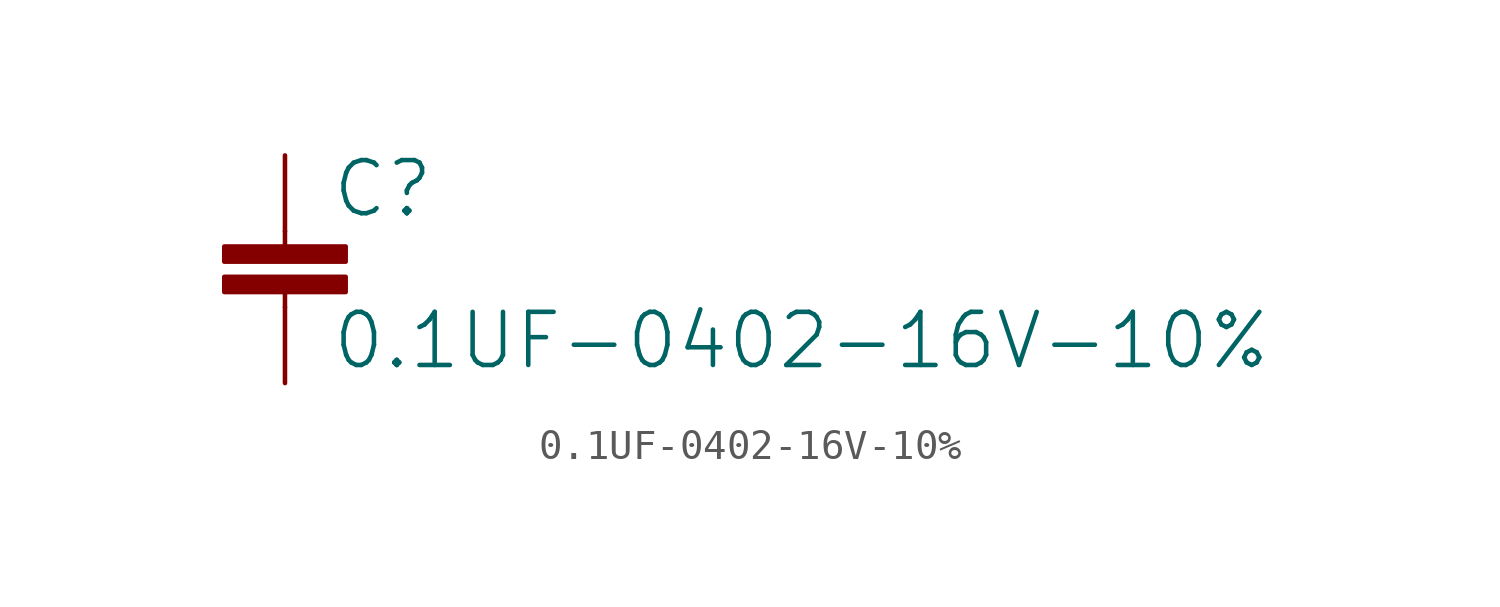
<source format=kicad_sym>
(kicad_symbol_lib
  (version 20211014)
  (generator kicad_symbol_editor)
  (symbol "0.1UF-0402-16V-10%"
    (property "Reference" "C"
      (at 1.524 2.921 0)
      (effects (font (size 1.778 1.778)) (justify left bottom)))
    (property "Value" "0.1UF-0402-16V-10%"
      (at 1.524 -2.159 0)
      (effects (font (size 1.778 1.778)) (justify left bottom)))
    (property "ki_locked" ""
      (at 0 0 0)
      (effects (font (size 1.27 1.27))))
    (symbol "0.1UF-0402-16V-10%_1_0"
      (rectangle (start -2.032 0.508) (end 2.032 1.016) (stroke (width 0) (type default) (color 0 0 0 0)) (fill (type outline)))
      (rectangle (start -2.032 1.524) (end 2.032 2.032) (stroke (width 0) (type default) (color 0 0 0 0)) (fill (type outline)))
      (polyline (pts (xy 0 0) (xy 0 0.508)) (stroke (width 0.152) (type default) (color 0 0 0 0)) (fill (type none)))
      (polyline (pts (xy 0 2.54) (xy 0 2.032)) (stroke (width 0.152) (type default) (color 0 0 0 0)) (fill (type none)))
      (pin passive line (at 0 5.08 270) (length 2.54) (name "1" (effects (font (size 0 0)))) (number "1" (effects (font (size 0 0)))))
      (pin passive line (at 0 -2.54 90) (length 2.54) (name "2" (effects (font (size 0 0)))) (number "2" (effects (font (size 0 0))))))))
</source>
